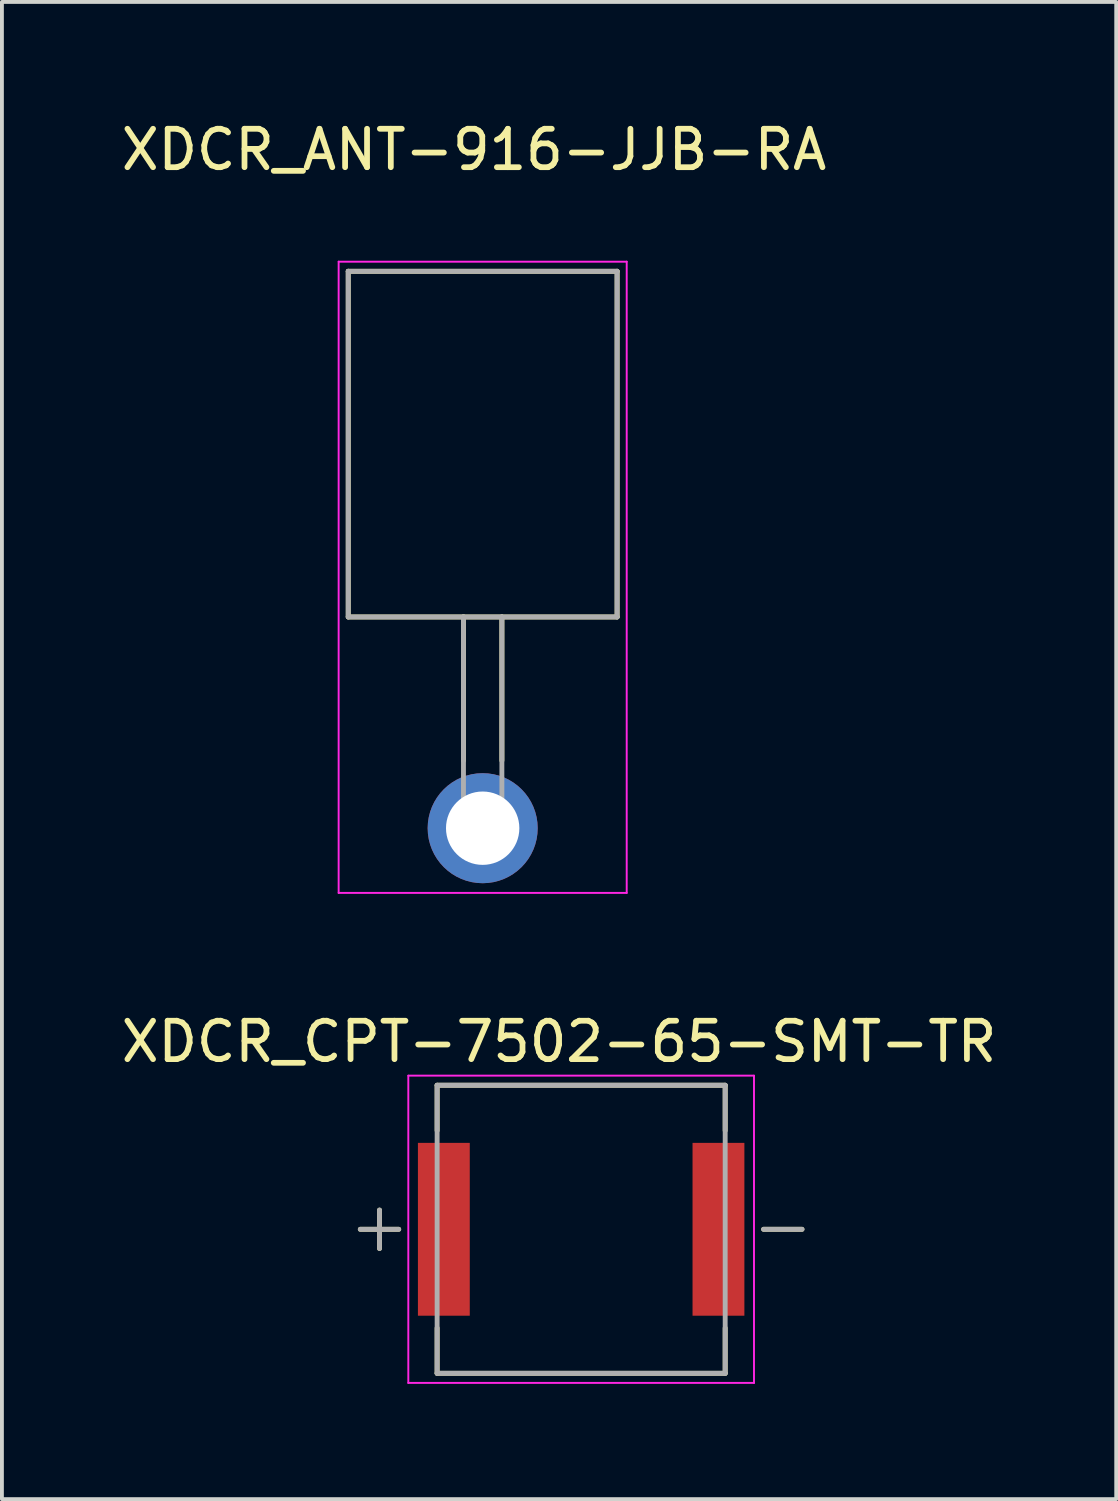
<source format=kicad_pcb>
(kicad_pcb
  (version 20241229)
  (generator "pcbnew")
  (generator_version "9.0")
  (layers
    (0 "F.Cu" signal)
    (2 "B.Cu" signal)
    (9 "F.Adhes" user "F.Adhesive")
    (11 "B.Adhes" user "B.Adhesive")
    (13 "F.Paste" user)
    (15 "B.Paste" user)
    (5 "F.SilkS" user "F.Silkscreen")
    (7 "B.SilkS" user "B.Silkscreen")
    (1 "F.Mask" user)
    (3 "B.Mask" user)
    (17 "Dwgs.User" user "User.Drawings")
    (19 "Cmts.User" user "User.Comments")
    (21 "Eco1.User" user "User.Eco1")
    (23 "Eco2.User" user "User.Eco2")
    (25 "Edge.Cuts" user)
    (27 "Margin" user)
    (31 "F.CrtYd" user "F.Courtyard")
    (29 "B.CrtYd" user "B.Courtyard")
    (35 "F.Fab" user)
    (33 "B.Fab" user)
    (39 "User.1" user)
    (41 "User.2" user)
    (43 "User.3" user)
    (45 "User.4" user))
  (footprint "XDCR_ANT-916-JJB-RA"
    (layer "F.Cu")
    (at 9.517 18.513)
    (property "Reference" "XDCR_ANT-916-JJB-RA" (at -0.225 -17.665 0) (layer "F.SilkS") (effects (font (size 1 1) (thickness 0.15))))
    (attr through_hole)
    (fp_line (start -3.5 -14.5) (end 3.5 -14.5) (stroke (width 0.127) (type solid)) (layer "F.SilkS"))
    (fp_line (start -3.5 -5.5) (end -3.5 -14.5) (stroke (width 0.127) (type solid)) (layer "F.SilkS"))
    (fp_line (start -0.5 -5.5) (end -3.5 -5.5) (stroke (width 0.127) (type solid)) (layer "F.SilkS"))
    (fp_line (start -0.5 -5.5) (end -0.5 -1.76) (stroke (width 0.127) (type solid)) (layer "F.SilkS"))
    (fp_line (start 0.5 -5.5) (end -0.5 -5.5) (stroke (width 0.127) (type solid)) (layer "F.SilkS"))
    (fp_line (start 0.5 -1.76) (end 0.5 -5.5) (stroke (width 0.127) (type solid)) (layer "F.SilkS"))
    (fp_line (start 3.5 -14.5) (end 3.5 -5.5) (stroke (width 0.127) (type solid)) (layer "F.SilkS"))
    (fp_line (start 3.5 -5.5) (end 0.5 -5.5) (stroke (width 0.127) (type solid)) (layer "F.SilkS"))
    (fp_line (start -3.75 -14.75) (end 3.75 -14.75) (stroke (width 0.05) (type solid)) (layer "F.CrtYd"))
    (fp_line (start -3.75 1.685) (end -3.75 -14.75) (stroke (width 0.05) (type solid)) (layer "F.CrtYd"))
    (fp_line (start 3.75 -14.75) (end 3.75 1.685) (stroke (width 0.05) (type solid)) (layer "F.CrtYd"))
    (fp_line (start 3.75 1.685) (end -3.75 1.685) (stroke (width 0.05) (type solid)) (layer "F.CrtYd"))
    (fp_line (start -3.5 -14.5) (end -3.5 -5.5) (stroke (width 0.127) (type solid)) (layer "F.Fab"))
    (fp_line (start -3.5 -5.5) (end -0.5 -5.5) (stroke (width 0.127) (type solid)) (layer "F.Fab"))
    (fp_line (start -0.5 -5.5) (end -0.5 0) (stroke (width 0.127) (type solid)) (layer "F.Fab"))
    (fp_line (start -0.5 -5.5) (end 0.5 -5.5) (stroke (width 0.127) (type solid)) (layer "F.Fab"))
    (fp_line (start -0.5 0) (end 0.5 0) (stroke (width 0.127) (type solid)) (layer "F.Fab"))
    (fp_line (start 0.5 -5.5) (end 3.5 -5.5) (stroke (width 0.127) (type solid)) (layer "F.Fab"))
    (fp_line (start 0.5 0) (end 0.5 -5.5) (stroke (width 0.127) (type solid)) (layer "F.Fab"))
    (fp_line (start 3.5 -14.5) (end -3.5 -14.5) (stroke (width 0.127) (type solid)) (layer "F.Fab"))
    (fp_line (start 3.5 -5.5) (end 3.5 -14.5) (stroke (width 0.127) (type solid)) (layer "F.Fab"))
    (pad "1" thru_hole circle (at 0 0) (size 2.865 2.865) (drill 1.91) (layers "*.Cu" "*.Mask"))
    (zone (net_name "") (layer "F.Cu") (hatch full 0.508) (connect_pads) (min_thickness 0.01) (filled_areas_thickness no) (keepout (tracks not_allowed) (vias not_allowed) (pads not_allowed) (copperpour not_allowed) (footprints allowed)) (placement (enabled no)) (fill) (polygon (pts (xy 6.017 4.013) (xy 13.017 4.013) (xy 13.017 17.013) (xy 6.017 17.013))))
    (zone (net_name "") (layers "F.Cu" "B.Cu") (hatch full 0.508) (connect_pads) (min_thickness 0.01) (filled_areas_thickness no) (keepout (tracks allowed) (vias not_allowed) (pads allowed) (copperpour allowed) (footprints allowed)) (placement (enabled no)) (fill) (polygon (pts (xy 6.017 4.013) (xy 13.017 4.013) (xy 13.017 17.013) (xy 6.017 17.013)))))
  (footprint "XDCR_CPT-7502-65-SMT-TR"
    (layer "F.Cu")
    (at 12.081 28.956)
    (property "Reference" "XDCR_CPT-7502-65-SMT-TR" (at -0.575 -4.885 0) (layer "F.SilkS") (effects (font (size 1 1) (thickness 0.15))))
    (attr smd)
    (fp_line (start -5.75 0) (end -4.75 0) (stroke (width 0.127) (type solid)) (layer "F.SilkS"))
    (fp_line (start -5.25 -0.5) (end -5.25 0.5) (stroke (width 0.127) (type solid)) (layer "F.SilkS"))
    (fp_line (start -3.75 -3.75) (end 3.75 -3.75) (stroke (width 0.127) (type solid)) (layer "F.SilkS"))
    (fp_line (start -3.75 -2.57) (end -3.75 -3.75) (stroke (width 0.127) (type solid)) (layer "F.SilkS"))
    (fp_line (start -3.75 3.75) (end -3.75 2.57) (stroke (width 0.127) (type solid)) (layer "F.SilkS"))
    (fp_line (start 3.75 -3.75) (end 3.75 -2.57) (stroke (width 0.127) (type solid)) (layer "F.SilkS"))
    (fp_line (start 3.75 2.57) (end 3.75 3.75) (stroke (width 0.127) (type solid)) (layer "F.SilkS"))
    (fp_line (start 3.75 3.75) (end -3.75 3.75) (stroke (width 0.127) (type solid)) (layer "F.SilkS"))
    (fp_line (start 4.75 0) (end 5.75 0) (stroke (width 0.127) (type solid)) (layer "F.SilkS"))
    (fp_line (start -4.5 -4) (end 4.5 -4) (stroke (width 0.05) (type solid)) (layer "F.CrtYd"))
    (fp_line (start -4.5 4) (end -4.5 -4) (stroke (width 0.05) (type solid)) (layer "F.CrtYd"))
    (fp_line (start 4.5 -4) (end 4.5 4) (stroke (width 0.05) (type solid)) (layer "F.CrtYd"))
    (fp_line (start 4.5 4) (end -4.5 4) (stroke (width 0.05) (type solid)) (layer "F.CrtYd"))
    (fp_line (start -5.25 -0.5) (end -5.25 0.5) (stroke (width 0.127) (type solid)) (layer "F.Fab"))
    (fp_line (start -4.75 0) (end -5.75 0) (stroke (width 0.127) (type solid)) (layer "F.Fab"))
    (fp_line (start -3.75 -3.75) (end 3.75 -3.75) (stroke (width 0.127) (type solid)) (layer "F.Fab"))
    (fp_line (start -3.75 3.75) (end -3.75 -3.75) (stroke (width 0.127) (type solid)) (layer "F.Fab"))
    (fp_line (start 3.75 -3.75) (end 3.75 3.75) (stroke (width 0.127) (type solid)) (layer "F.Fab"))
    (fp_line (start 3.75 3.75) (end -3.75 3.75) (stroke (width 0.127) (type solid)) (layer "F.Fab"))
    (fp_line (start 4.75 0) (end 5.75 0) (stroke (width 0.127) (type solid)) (layer "F.Fab"))
    (pad "N" smd rect (at 3.575 0) (size 1.35 4.5) (layers "F.Cu" "F.Mask" "F.Paste"))
    (pad "P" smd rect (at -3.575 0) (size 1.35 4.5) (layers "F.Cu" "F.Mask" "F.Paste")))
  (gr_rect
    (start -3 -3)
    (end 26.012 35.981)
    (stroke (width 0.1) (type default))
    (fill no)
    (layer "Edge.Cuts")))
</source>
